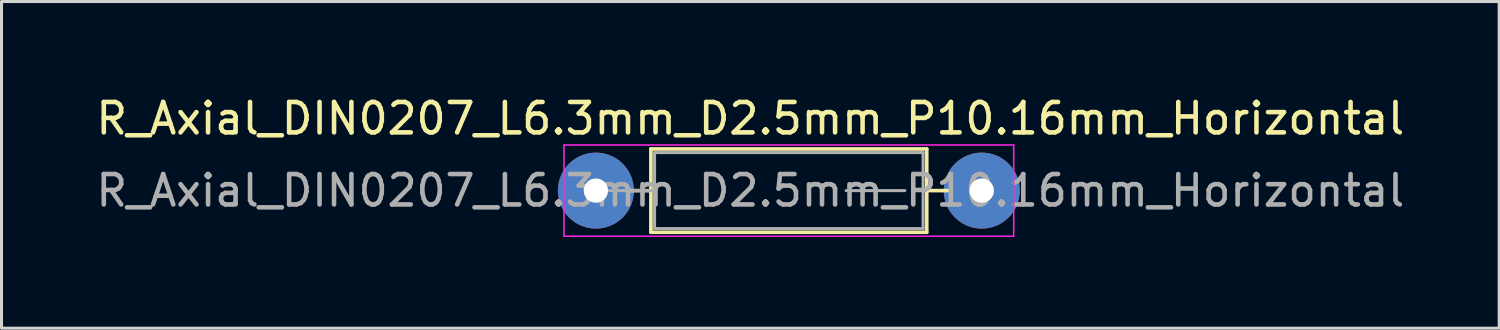
<source format=kicad_pcb>
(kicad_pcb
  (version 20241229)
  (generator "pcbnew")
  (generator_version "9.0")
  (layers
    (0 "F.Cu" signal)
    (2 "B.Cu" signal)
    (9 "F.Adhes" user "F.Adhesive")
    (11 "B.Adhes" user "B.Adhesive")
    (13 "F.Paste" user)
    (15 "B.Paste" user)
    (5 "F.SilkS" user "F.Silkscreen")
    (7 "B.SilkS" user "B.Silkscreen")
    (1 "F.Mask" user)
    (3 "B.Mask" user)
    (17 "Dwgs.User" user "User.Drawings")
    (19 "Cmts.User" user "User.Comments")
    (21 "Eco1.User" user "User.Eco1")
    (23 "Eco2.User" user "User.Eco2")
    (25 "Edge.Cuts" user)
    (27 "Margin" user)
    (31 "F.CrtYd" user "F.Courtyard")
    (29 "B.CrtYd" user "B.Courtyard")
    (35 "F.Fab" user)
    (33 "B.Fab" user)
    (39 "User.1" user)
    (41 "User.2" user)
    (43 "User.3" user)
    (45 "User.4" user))
  (footprint "R_Axial_DIN0207_L6.3mm_D2.5mm_P10.16mm_Horizontal"
    (layer "F.Cu")
    (at 16.545 3.218)
    (property "Reference" "R_Axial_DIN0207_L6.3mm_D2.5mm_P10.16mm_Horizontal" (at 5.08 -2.37 0) (layer "F.SilkS") (effects (font (size 1 1) (thickness 0.15))))
    (attr through_hole)
    (fp_line (start 1.04 0) (end 1.81 0) (stroke (width 0.12) (type solid)) (layer "F.SilkS"))
    (fp_line (start 1.81 -1.37) (end 1.81 1.37) (stroke (width 0.12) (type solid)) (layer "F.SilkS"))
    (fp_line (start 1.81 1.37) (end 10.88 1.37) (stroke (width 0.12) (type solid)) (layer "F.SilkS"))
    (fp_line (start 10.88 -1.37) (end 1.81 -1.37) (stroke (width 0.12) (type solid)) (layer "F.SilkS"))
    (fp_line (start 10.88 1.37) (end 10.88 -1.37) (stroke (width 0.12) (type solid)) (layer "F.SilkS"))
    (fp_line (start 11.65 0) (end 10.88 0) (stroke (width 0.12) (type solid)) (layer "F.SilkS"))
    (fp_line (start -1.05 -1.5) (end -1.05 1.5) (stroke (width 0.05) (type solid)) (layer "F.CrtYd"))
    (fp_line (start -1.05 1.5) (end 13.74 1.5) (stroke (width 0.05) (type solid)) (layer "F.CrtYd"))
    (fp_line (start 13.74 -1.5) (end -1.05 -1.5) (stroke (width 0.05) (type solid)) (layer "F.CrtYd"))
    (fp_line (start 13.74 1.5) (end 13.74 -1.5) (stroke (width 0.05) (type solid)) (layer "F.CrtYd"))
    (fp_line (start 0 0) (end 1.93 0) (stroke (width 0.1) (type solid)) (layer "F.Fab"))
    (fp_line (start 1.93 -1.25) (end 1.93 1.25) (stroke (width 0.1) (type solid)) (layer "F.Fab"))
    (fp_line (start 1.93 1.25) (end 10.76 1.25) (stroke (width 0.1) (type solid)) (layer "F.Fab"))
    (fp_line (start 10.16 0) (end 8.23 0) (stroke (width 0.1) (type solid)) (layer "F.Fab"))
    (fp_line (start 10.76 -1.25) (end 1.93 -1.25) (stroke (width 0.1) (type solid)) (layer "F.Fab"))
    (fp_line (start 10.76 1.25) (end 10.76 -1.25) (stroke (width 0.1) (type solid)) (layer "F.Fab"))
    (fp_text user "${REFERENCE}" (at 5.08 0 0) (layer "F.Fab") (effects (font (size 1 1) (thickness 0.15))))
    (pad "1" thru_hole circle (at 0 0) (size 2.5 2.5) (drill 0.8) (layers "*.Cu" "*.Mask"))
    (pad "2" thru_hole oval (at 12.69 0) (size 2.5 2.5) (drill 0.8) (layers "*.Cu" "*.Mask")))
  (gr_rect
    (start -3 -3)
    (end 46.25 7.743)
    (stroke (width 0.1) (type default))
    (fill no)
    (layer "Edge.Cuts")))
</source>
